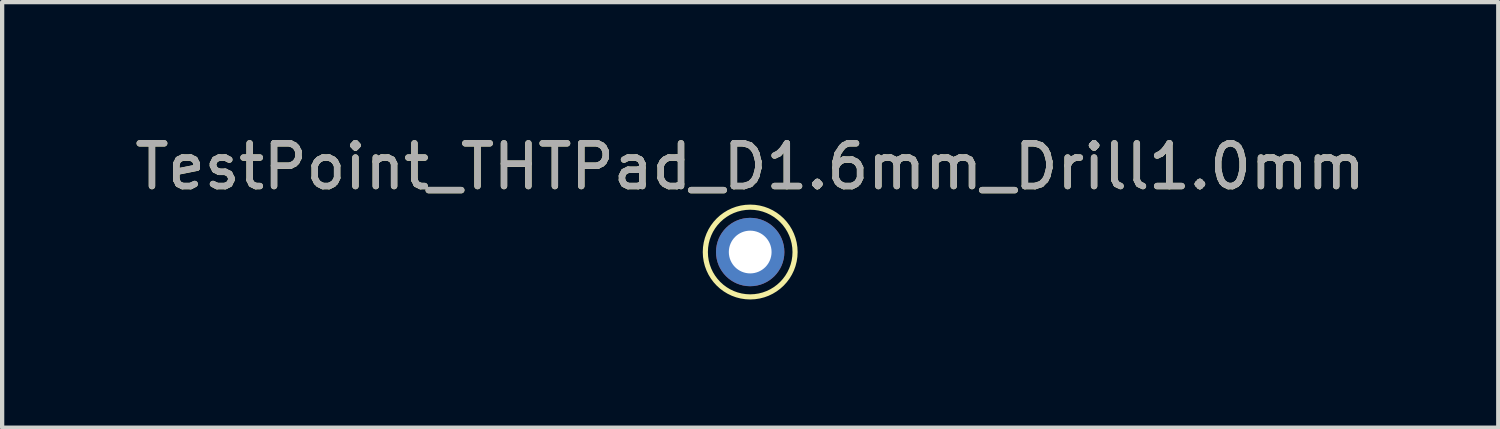
<source format=kicad_pcb>
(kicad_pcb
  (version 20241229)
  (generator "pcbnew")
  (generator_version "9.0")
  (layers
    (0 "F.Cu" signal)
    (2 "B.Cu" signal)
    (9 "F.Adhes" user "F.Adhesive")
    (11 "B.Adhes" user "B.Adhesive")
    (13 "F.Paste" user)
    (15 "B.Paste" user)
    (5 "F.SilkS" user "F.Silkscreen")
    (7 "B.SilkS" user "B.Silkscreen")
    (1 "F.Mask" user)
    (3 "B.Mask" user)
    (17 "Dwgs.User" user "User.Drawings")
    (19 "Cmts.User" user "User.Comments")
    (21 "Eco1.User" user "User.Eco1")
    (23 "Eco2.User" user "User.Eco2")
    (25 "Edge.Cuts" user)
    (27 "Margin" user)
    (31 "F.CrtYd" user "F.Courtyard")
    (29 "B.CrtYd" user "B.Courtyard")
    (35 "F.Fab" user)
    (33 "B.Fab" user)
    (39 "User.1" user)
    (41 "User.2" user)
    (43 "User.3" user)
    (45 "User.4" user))
  (footprint "TestPoint_THTPad_D1.6mm_Drill1.0mm"
    (layer "F.Cu")
    (at 14.506 2.848)
    (property "Reference" "TestPoint_THTPad_D1.6mm_Drill1.0mm" (at 0 -1.998 0) (layer "F.SilkS") (effects (font (size 1 1) (thickness 0.15))))
    (attr exclude_from_pos_files exclude_from_bom)
    (fp_circle (center 0 0) (end 1.05 0) (stroke (width 0.12) (type solid)) (fill no) (layer "F.SilkS"))
    (fp_text user "${REFERENCE}" (at 0 -2 0) (layer "F.Fab") (effects (font (size 1 1) (thickness 0.15))))
    (pad "1" thru_hole circle (at 0 0) (size 1.6 1.6) (drill 1) (layers "*.Cu" "*.Mask")))
  (gr_rect
    (start -3 -3)
    (end 32.012 6.958)
    (stroke (width 0.1) (type default))
    (fill no)
    (layer "Edge.Cuts")))
</source>
